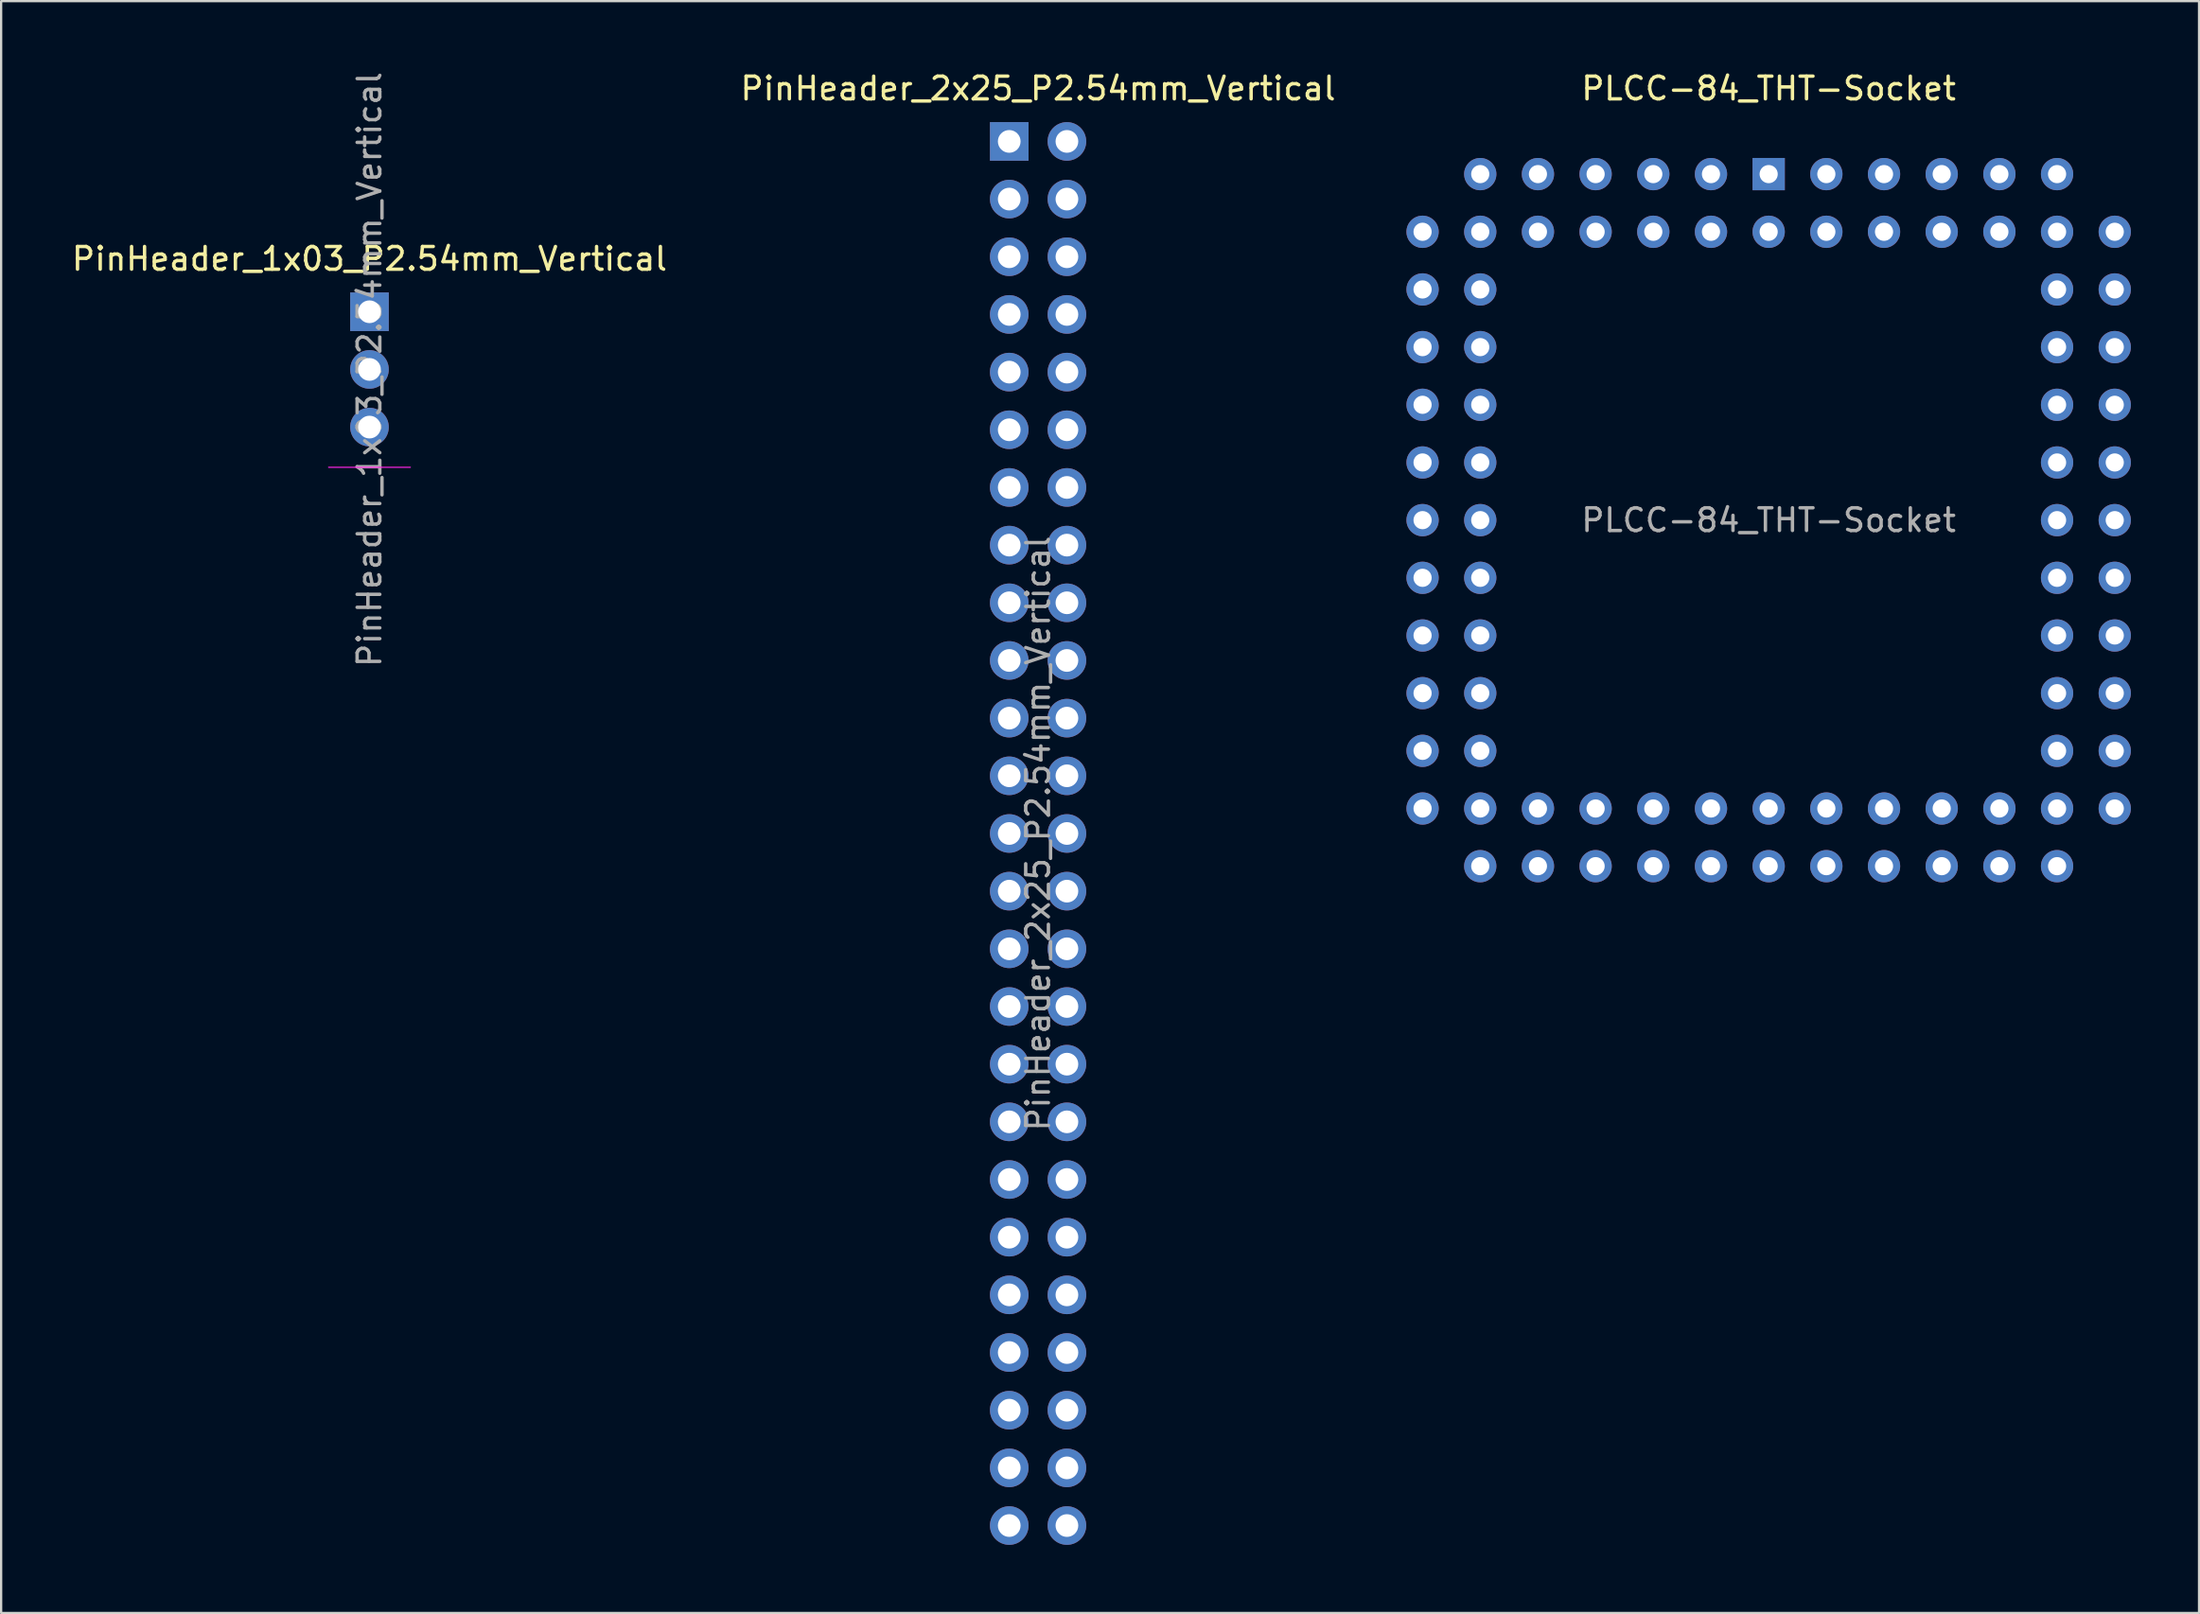
<source format=kicad_pcb>
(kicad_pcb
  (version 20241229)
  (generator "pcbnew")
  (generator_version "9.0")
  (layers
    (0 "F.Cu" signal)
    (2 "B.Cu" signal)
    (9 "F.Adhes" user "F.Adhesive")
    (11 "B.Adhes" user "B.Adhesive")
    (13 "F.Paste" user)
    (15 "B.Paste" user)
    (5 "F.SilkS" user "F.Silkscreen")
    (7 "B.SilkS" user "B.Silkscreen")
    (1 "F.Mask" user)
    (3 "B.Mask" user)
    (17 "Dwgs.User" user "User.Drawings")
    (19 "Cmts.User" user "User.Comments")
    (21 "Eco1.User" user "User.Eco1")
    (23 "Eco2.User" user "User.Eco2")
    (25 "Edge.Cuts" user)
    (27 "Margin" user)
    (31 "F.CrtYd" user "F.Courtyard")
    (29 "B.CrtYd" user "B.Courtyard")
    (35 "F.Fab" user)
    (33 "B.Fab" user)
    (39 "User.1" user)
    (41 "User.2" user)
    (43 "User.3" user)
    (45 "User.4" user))
  (footprint "PinHeader_2x25_P2.54mm_Vertical"
    (layer "F.Cu")
    (at 41.391 3.178)
    (property "Reference" "PinHeader_2x25_P2.54mm_Vertical" (at 1.27 -2.33 0) (layer "F.SilkS") (effects (font (size 1 1) (thickness 0.15))))
    (attr through_hole)
    (fp_text user "${REFERENCE}" (at 1.27 30.48 90) (layer "F.Fab") (effects (font (size 1 1) (thickness 0.15))))
    (pad "1" thru_hole rect (at 0 0) (size 1.7 1.7) (drill 1) (layers "*.Cu" "*.Mask"))
    (pad "2" thru_hole oval (at 2.54 0) (size 1.7 1.7) (drill 1) (layers "*.Cu" "*.Mask"))
    (pad "3" thru_hole oval (at 0 2.54) (size 1.7 1.7) (drill 1) (layers "*.Cu" "*.Mask"))
    (pad "4" thru_hole oval (at 2.54 2.54) (size 1.7 1.7) (drill 1) (layers "*.Cu" "*.Mask"))
    (pad "5" thru_hole oval (at 0 5.08) (size 1.7 1.7) (drill 1) (layers "*.Cu" "*.Mask"))
    (pad "6" thru_hole oval (at 2.54 5.08) (size 1.7 1.7) (drill 1) (layers "*.Cu" "*.Mask"))
    (pad "7" thru_hole oval (at 0 7.62) (size 1.7 1.7) (drill 1) (layers "*.Cu" "*.Mask"))
    (pad "8" thru_hole oval (at 2.54 7.62) (size 1.7 1.7) (drill 1) (layers "*.Cu" "*.Mask"))
    (pad "9" thru_hole oval (at 0 10.16) (size 1.7 1.7) (drill 1) (layers "*.Cu" "*.Mask"))
    (pad "10" thru_hole oval (at 2.54 10.16) (size 1.7 1.7) (drill 1) (layers "*.Cu" "*.Mask"))
    (pad "11" thru_hole oval (at 0 12.7) (size 1.7 1.7) (drill 1) (layers "*.Cu" "*.Mask"))
    (pad "12" thru_hole oval (at 2.54 12.7) (size 1.7 1.7) (drill 1) (layers "*.Cu" "*.Mask"))
    (pad "13" thru_hole oval (at 0 15.24) (size 1.7 1.7) (drill 1) (layers "*.Cu" "*.Mask"))
    (pad "14" thru_hole oval (at 2.54 15.24) (size 1.7 1.7) (drill 1) (layers "*.Cu" "*.Mask"))
    (pad "15" thru_hole oval (at 0 17.78) (size 1.7 1.7) (drill 1) (layers "*.Cu" "*.Mask"))
    (pad "16" thru_hole oval (at 2.54 17.78) (size 1.7 1.7) (drill 1) (layers "*.Cu" "*.Mask"))
    (pad "17" thru_hole oval (at 0 20.32) (size 1.7 1.7) (drill 1) (layers "*.Cu" "*.Mask"))
    (pad "18" thru_hole oval (at 2.54 20.32) (size 1.7 1.7) (drill 1) (layers "*.Cu" "*.Mask"))
    (pad "19" thru_hole oval (at 0 22.86) (size 1.7 1.7) (drill 1) (layers "*.Cu" "*.Mask"))
    (pad "20" thru_hole oval (at 2.54 22.86) (size 1.7 1.7) (drill 1) (layers "*.Cu" "*.Mask"))
    (pad "21" thru_hole oval (at 0 25.4) (size 1.7 1.7) (drill 1) (layers "*.Cu" "*.Mask"))
    (pad "22" thru_hole oval (at 2.54 25.4) (size 1.7 1.7) (drill 1) (layers "*.Cu" "*.Mask"))
    (pad "23" thru_hole oval (at 0 27.94) (size 1.7 1.7) (drill 1) (layers "*.Cu" "*.Mask"))
    (pad "24" thru_hole oval (at 2.54 27.94) (size 1.7 1.7) (drill 1) (layers "*.Cu" "*.Mask"))
    (pad "25" thru_hole oval (at 0 30.48) (size 1.7 1.7) (drill 1) (layers "*.Cu" "*.Mask"))
    (pad "26" thru_hole oval (at 2.54 30.48) (size 1.7 1.7) (drill 1) (layers "*.Cu" "*.Mask"))
    (pad "27" thru_hole oval (at 0 33.02) (size 1.7 1.7) (drill 1) (layers "*.Cu" "*.Mask"))
    (pad "28" thru_hole oval (at 2.54 33.02) (size 1.7 1.7) (drill 1) (layers "*.Cu" "*.Mask"))
    (pad "29" thru_hole oval (at 0 35.56) (size 1.7 1.7) (drill 1) (layers "*.Cu" "*.Mask"))
    (pad "30" thru_hole oval (at 2.54 35.56) (size 1.7 1.7) (drill 1) (layers "*.Cu" "*.Mask"))
    (pad "31" thru_hole oval (at 0 38.1) (size 1.7 1.7) (drill 1) (layers "*.Cu" "*.Mask"))
    (pad "32" thru_hole oval (at 2.54 38.1) (size 1.7 1.7) (drill 1) (layers "*.Cu" "*.Mask"))
    (pad "33" thru_hole oval (at 0 40.64) (size 1.7 1.7) (drill 1) (layers "*.Cu" "*.Mask"))
    (pad "34" thru_hole oval (at 2.54 40.64) (size 1.7 1.7) (drill 1) (layers "*.Cu" "*.Mask"))
    (pad "35" thru_hole oval (at 0 43.18) (size 1.7 1.7) (drill 1) (layers "*.Cu" "*.Mask"))
    (pad "36" thru_hole oval (at 2.54 43.18) (size 1.7 1.7) (drill 1) (layers "*.Cu" "*.Mask"))
    (pad "37" thru_hole oval (at 0 45.72) (size 1.7 1.7) (drill 1) (layers "*.Cu" "*.Mask"))
    (pad "38" thru_hole oval (at 2.54 45.72) (size 1.7 1.7) (drill 1) (layers "*.Cu" "*.Mask"))
    (pad "39" thru_hole oval (at 0 48.26) (size 1.7 1.7) (drill 1) (layers "*.Cu" "*.Mask"))
    (pad "40" thru_hole oval (at 2.54 48.26) (size 1.7 1.7) (drill 1) (layers "*.Cu" "*.Mask"))
    (pad "41" thru_hole oval (at 0 50.8) (size 1.7 1.7) (drill 1) (layers "*.Cu" "*.Mask"))
    (pad "42" thru_hole oval (at 2.54 50.8) (size 1.7 1.7) (drill 1) (layers "*.Cu" "*.Mask"))
    (pad "43" thru_hole oval (at 0 53.34) (size 1.7 1.7) (drill 1) (layers "*.Cu" "*.Mask"))
    (pad "44" thru_hole oval (at 2.54 53.34) (size 1.7 1.7) (drill 1) (layers "*.Cu" "*.Mask"))
    (pad "45" thru_hole oval (at 0 55.88) (size 1.7 1.7) (drill 1) (layers "*.Cu" "*.Mask"))
    (pad "46" thru_hole oval (at 2.54 55.88) (size 1.7 1.7) (drill 1) (layers "*.Cu" "*.Mask"))
    (pad "47" thru_hole oval (at 0 58.42) (size 1.7 1.7) (drill 1) (layers "*.Cu" "*.Mask"))
    (pad "48" thru_hole oval (at 2.54 58.42) (size 1.7 1.7) (drill 1) (layers "*.Cu" "*.Mask"))
    (pad "49" thru_hole oval (at 0 60.96) (size 1.7 1.7) (drill 1) (layers "*.Cu" "*.Mask"))
    (pad "50" thru_hole oval (at 2.54 60.96) (size 1.7 1.7) (drill 1) (layers "*.Cu" "*.Mask")))
  (footprint "PinHeader_1x03_P2.54mm_Vertical"
    (layer "F.Cu")
    (at 13.22 10.68)
    (property "Reference" "PinHeader_1x03_P2.54mm_Vertical" (at 0 -2.33 0) (layer "F.SilkS") (effects (font (size 1 1) (thickness 0.15))))
    (attr through_hole)
    (fp_line (start -1.8 6.85) (end 1.8 6.85) (stroke (width 0.05) (type solid)) (layer "F.CrtYd"))
    (fp_text user "${REFERENCE}" (at 0 2.54 90) (layer "F.Fab") (effects (font (size 1 1) (thickness 0.15))))
    (pad "1" thru_hole rect (at 0 0) (size 1.7 1.7) (drill 1) (layers "*.Cu" "*.Mask"))
    (pad "2" thru_hole oval (at 0 2.54) (size 1.7 1.7) (drill 1) (layers "*.Cu" "*.Mask"))
    (pad "3" thru_hole oval (at 0 5.08) (size 1.7 1.7) (drill 1) (layers "*.Cu" "*.Mask")))
  (footprint "PLCC-84_THT-Socket"
    (layer "F.Cu")
    (at 74.832 4.618)
    (property "Reference" "PLCC-84_THT-Socket" (at 0 -3.77 0) (layer "F.SilkS") (effects (font (size 1 1) (thickness 0.15))))
    (attr through_hole)
    (fp_text user "${REFERENCE}" (at 0 15.24 0) (layer "F.Fab") (effects (font (size 1 1) (thickness 0.15))))
    (pad "1" thru_hole rect (at 0 0) (size 1.422 1.422) (drill 0.8) (layers "*.Cu" "*.Mask"))
    (pad "2" thru_hole circle (at 0 2.54) (size 1.422 1.422) (drill 0.8) (layers "*.Cu" "*.Mask"))
    (pad "3" thru_hole circle (at -2.54 0) (size 1.422 1.422) (drill 0.8) (layers "*.Cu" "*.Mask"))
    (pad "4" thru_hole circle (at -2.54 2.54) (size 1.422 1.422) (drill 0.8) (layers "*.Cu" "*.Mask"))
    (pad "5" thru_hole circle (at -5.08 0) (size 1.422 1.422) (drill 0.8) (layers "*.Cu" "*.Mask"))
    (pad "6" thru_hole circle (at -5.08 2.54) (size 1.422 1.422) (drill 0.8) (layers "*.Cu" "*.Mask"))
    (pad "7" thru_hole circle (at -7.62 0) (size 1.422 1.422) (drill 0.8) (layers "*.Cu" "*.Mask"))
    (pad "8" thru_hole circle (at -7.62 2.54) (size 1.422 1.422) (drill 0.8) (layers "*.Cu" "*.Mask"))
    (pad "9" thru_hole circle (at -10.16 0) (size 1.422 1.422) (drill 0.8) (layers "*.Cu" "*.Mask"))
    (pad "10" thru_hole circle (at -10.16 2.54) (size 1.422 1.422) (drill 0.8) (layers "*.Cu" "*.Mask"))
    (pad "11" thru_hole circle (at -12.7 0) (size 1.422 1.422) (drill 0.8) (layers "*.Cu" "*.Mask"))
    (pad "12" thru_hole circle (at -15.24 2.54) (size 1.422 1.422) (drill 0.8) (layers "*.Cu" "*.Mask"))
    (pad "13" thru_hole circle (at -12.7 2.54) (size 1.422 1.422) (drill 0.8) (layers "*.Cu" "*.Mask"))
    (pad "14" thru_hole circle (at -15.24 5.08) (size 1.422 1.422) (drill 0.8) (layers "*.Cu" "*.Mask"))
    (pad "15" thru_hole circle (at -12.7 5.08) (size 1.422 1.422) (drill 0.8) (layers "*.Cu" "*.Mask"))
    (pad "16" thru_hole circle (at -15.24 7.62) (size 1.422 1.422) (drill 0.8) (layers "*.Cu" "*.Mask"))
    (pad "17" thru_hole circle (at -12.7 7.62) (size 1.422 1.422) (drill 0.8) (layers "*.Cu" "*.Mask"))
    (pad "18" thru_hole circle (at -15.24 10.16) (size 1.422 1.422) (drill 0.8) (layers "*.Cu" "*.Mask"))
    (pad "19" thru_hole circle (at -12.7 10.16) (size 1.422 1.422) (drill 0.8) (layers "*.Cu" "*.Mask"))
    (pad "20" thru_hole circle (at -15.24 12.7) (size 1.422 1.422) (drill 0.8) (layers "*.Cu" "*.Mask"))
    (pad "21" thru_hole circle (at -12.7 12.7) (size 1.422 1.422) (drill 0.8) (layers "*.Cu" "*.Mask"))
    (pad "22" thru_hole circle (at -15.24 15.24) (size 1.422 1.422) (drill 0.8) (layers "*.Cu" "*.Mask"))
    (pad "23" thru_hole circle (at -12.7 15.24) (size 1.422 1.422) (drill 0.8) (layers "*.Cu" "*.Mask"))
    (pad "24" thru_hole circle (at -15.24 17.78) (size 1.422 1.422) (drill 0.8) (layers "*.Cu" "*.Mask"))
    (pad "25" thru_hole circle (at -12.7 17.78) (size 1.422 1.422) (drill 0.8) (layers "*.Cu" "*.Mask"))
    (pad "26" thru_hole circle (at -15.24 20.32) (size 1.422 1.422) (drill 0.8) (layers "*.Cu" "*.Mask"))
    (pad "27" thru_hole circle (at -12.7 20.32) (size 1.422 1.422) (drill 0.8) (layers "*.Cu" "*.Mask"))
    (pad "28" thru_hole circle (at -15.24 22.86) (size 1.422 1.422) (drill 0.8) (layers "*.Cu" "*.Mask"))
    (pad "29" thru_hole circle (at -12.7 22.86) (size 1.422 1.422) (drill 0.8) (layers "*.Cu" "*.Mask"))
    (pad "30" thru_hole circle (at -15.24 25.4) (size 1.422 1.422) (drill 0.8) (layers "*.Cu" "*.Mask"))
    (pad "31" thru_hole circle (at -12.7 25.4) (size 1.422 1.422) (drill 0.8) (layers "*.Cu" "*.Mask"))
    (pad "32" thru_hole circle (at -15.24 27.94) (size 1.422 1.422) (drill 0.8) (layers "*.Cu" "*.Mask"))
    (pad "33" thru_hole circle (at -12.7 30.48) (size 1.422 1.422) (drill 0.8) (layers "*.Cu" "*.Mask"))
    (pad "34" thru_hole circle (at -12.7 27.94) (size 1.422 1.422) (drill 0.8) (layers "*.Cu" "*.Mask"))
    (pad "35" thru_hole circle (at -10.16 30.48) (size 1.422 1.422) (drill 0.8) (layers "*.Cu" "*.Mask"))
    (pad "36" thru_hole circle (at -10.16 27.94) (size 1.422 1.422) (drill 0.8) (layers "*.Cu" "*.Mask"))
    (pad "37" thru_hole circle (at -7.62 30.48) (size 1.422 1.422) (drill 0.8) (layers "*.Cu" "*.Mask"))
    (pad "38" thru_hole circle (at -7.62 27.94) (size 1.422 1.422) (drill 0.8) (layers "*.Cu" "*.Mask"))
    (pad "39" thru_hole circle (at -5.08 30.48) (size 1.422 1.422) (drill 0.8) (layers "*.Cu" "*.Mask"))
    (pad "40" thru_hole circle (at -5.08 27.94) (size 1.422 1.422) (drill 0.8) (layers "*.Cu" "*.Mask"))
    (pad "41" thru_hole circle (at -2.54 30.48) (size 1.422 1.422) (drill 0.8) (layers "*.Cu" "*.Mask"))
    (pad "42" thru_hole circle (at -2.54 27.94) (size 1.422 1.422) (drill 0.8) (layers "*.Cu" "*.Mask"))
    (pad "43" thru_hole circle (at 0 30.48) (size 1.422 1.422) (drill 0.8) (layers "*.Cu" "*.Mask"))
    (pad "44" thru_hole circle (at 0 27.94) (size 1.422 1.422) (drill 0.8) (layers "*.Cu" "*.Mask"))
    (pad "45" thru_hole circle (at 2.54 30.48) (size 1.422 1.422) (drill 0.8) (layers "*.Cu" "*.Mask"))
    (pad "46" thru_hole circle (at 2.54 27.94) (size 1.422 1.422) (drill 0.8) (layers "*.Cu" "*.Mask"))
    (pad "47" thru_hole circle (at 5.08 30.48) (size 1.422 1.422) (drill 0.8) (layers "*.Cu" "*.Mask"))
    (pad "48" thru_hole circle (at 5.08 27.94) (size 1.422 1.422) (drill 0.8) (layers "*.Cu" "*.Mask"))
    (pad "49" thru_hole circle (at 7.62 30.48) (size 1.422 1.422) (drill 0.8) (layers "*.Cu" "*.Mask"))
    (pad "50" thru_hole circle (at 7.62 27.94) (size 1.422 1.422) (drill 0.8) (layers "*.Cu" "*.Mask"))
    (pad "51" thru_hole circle (at 10.16 30.48) (size 1.422 1.422) (drill 0.8) (layers "*.Cu" "*.Mask"))
    (pad "52" thru_hole circle (at 10.16 27.94) (size 1.422 1.422) (drill 0.8) (layers "*.Cu" "*.Mask"))
    (pad "53" thru_hole circle (at 12.7 30.48) (size 1.422 1.422) (drill 0.8) (layers "*.Cu" "*.Mask"))
    (pad "54" thru_hole circle (at 15.24 27.94) (size 1.422 1.422) (drill 0.8) (layers "*.Cu" "*.Mask"))
    (pad "55" thru_hole circle (at 12.7 27.94) (size 1.422 1.422) (drill 0.8) (layers "*.Cu" "*.Mask"))
    (pad "56" thru_hole circle (at 15.24 25.4) (size 1.422 1.422) (drill 0.8) (layers "*.Cu" "*.Mask"))
    (pad "57" thru_hole circle (at 12.7 25.4) (size 1.422 1.422) (drill 0.8) (layers "*.Cu" "*.Mask"))
    (pad "58" thru_hole circle (at 15.24 22.86) (size 1.422 1.422) (drill 0.8) (layers "*.Cu" "*.Mask"))
    (pad "59" thru_hole circle (at 12.7 22.86) (size 1.422 1.422) (drill 0.8) (layers "*.Cu" "*.Mask"))
    (pad "60" thru_hole circle (at 15.24 20.32) (size 1.422 1.422) (drill 0.8) (layers "*.Cu" "*.Mask"))
    (pad "61" thru_hole circle (at 12.7 20.32) (size 1.422 1.422) (drill 0.8) (layers "*.Cu" "*.Mask"))
    (pad "62" thru_hole circle (at 15.24 17.78) (size 1.422 1.422) (drill 0.8) (layers "*.Cu" "*.Mask"))
    (pad "63" thru_hole circle (at 12.7 17.78) (size 1.422 1.422) (drill 0.8) (layers "*.Cu" "*.Mask"))
    (pad "64" thru_hole circle (at 15.24 15.24) (size 1.422 1.422) (drill 0.8) (layers "*.Cu" "*.Mask"))
    (pad "65" thru_hole circle (at 12.7 15.24) (size 1.422 1.422) (drill 0.8) (layers "*.Cu" "*.Mask"))
    (pad "66" thru_hole circle (at 15.24 12.7) (size 1.422 1.422) (drill 0.8) (layers "*.Cu" "*.Mask"))
    (pad "67" thru_hole circle (at 12.7 12.7) (size 1.422 1.422) (drill 0.8) (layers "*.Cu" "*.Mask"))
    (pad "68" thru_hole circle (at 15.24 10.16) (size 1.422 1.422) (drill 0.8) (layers "*.Cu" "*.Mask"))
    (pad "69" thru_hole circle (at 12.7 10.16) (size 1.422 1.422) (drill 0.8) (layers "*.Cu" "*.Mask"))
    (pad "70" thru_hole circle (at 15.24 7.62) (size 1.422 1.422) (drill 0.8) (layers "*.Cu" "*.Mask"))
    (pad "71" thru_hole circle (at 12.7 7.62) (size 1.422 1.422) (drill 0.8) (layers "*.Cu" "*.Mask"))
    (pad "72" thru_hole circle (at 15.24 5.08) (size 1.422 1.422) (drill 0.8) (layers "*.Cu" "*.Mask"))
    (pad "73" thru_hole circle (at 12.7 5.08) (size 1.422 1.422) (drill 0.8) (layers "*.Cu" "*.Mask"))
    (pad "74" thru_hole circle (at 15.24 2.54) (size 1.422 1.422) (drill 0.8) (layers "*.Cu" "*.Mask"))
    (pad "75" thru_hole circle (at 12.7 0) (size 1.422 1.422) (drill 0.8) (layers "*.Cu" "*.Mask"))
    (pad "76" thru_hole circle (at 12.7 2.54) (size 1.422 1.422) (drill 0.8) (layers "*.Cu" "*.Mask"))
    (pad "77" thru_hole circle (at 10.16 0) (size 1.422 1.422) (drill 0.8) (layers "*.Cu" "*.Mask"))
    (pad "78" thru_hole circle (at 10.16 2.54) (size 1.422 1.422) (drill 0.8) (layers "*.Cu" "*.Mask"))
    (pad "79" thru_hole circle (at 7.62 0) (size 1.422 1.422) (drill 0.8) (layers "*.Cu" "*.Mask"))
    (pad "80" thru_hole circle (at 7.62 2.54) (size 1.422 1.422) (drill 0.8) (layers "*.Cu" "*.Mask"))
    (pad "81" thru_hole circle (at 5.08 0) (size 1.422 1.422) (drill 0.8) (layers "*.Cu" "*.Mask"))
    (pad "82" thru_hole circle (at 5.08 2.54) (size 1.422 1.422) (drill 0.8) (layers "*.Cu" "*.Mask"))
    (pad "83" thru_hole circle (at 2.54 0) (size 1.422 1.422) (drill 0.8) (layers "*.Cu" "*.Mask"))
    (pad "84" thru_hole circle (at 2.54 2.54) (size 1.422 1.422) (drill 0.8) (layers "*.Cu" "*.Mask")))
  (gr_rect
    (start -3 -3)
    (end 93.783 67.988)
    (stroke (width 0.1) (type default))
    (fill no)
    (layer "Edge.Cuts")))
</source>
